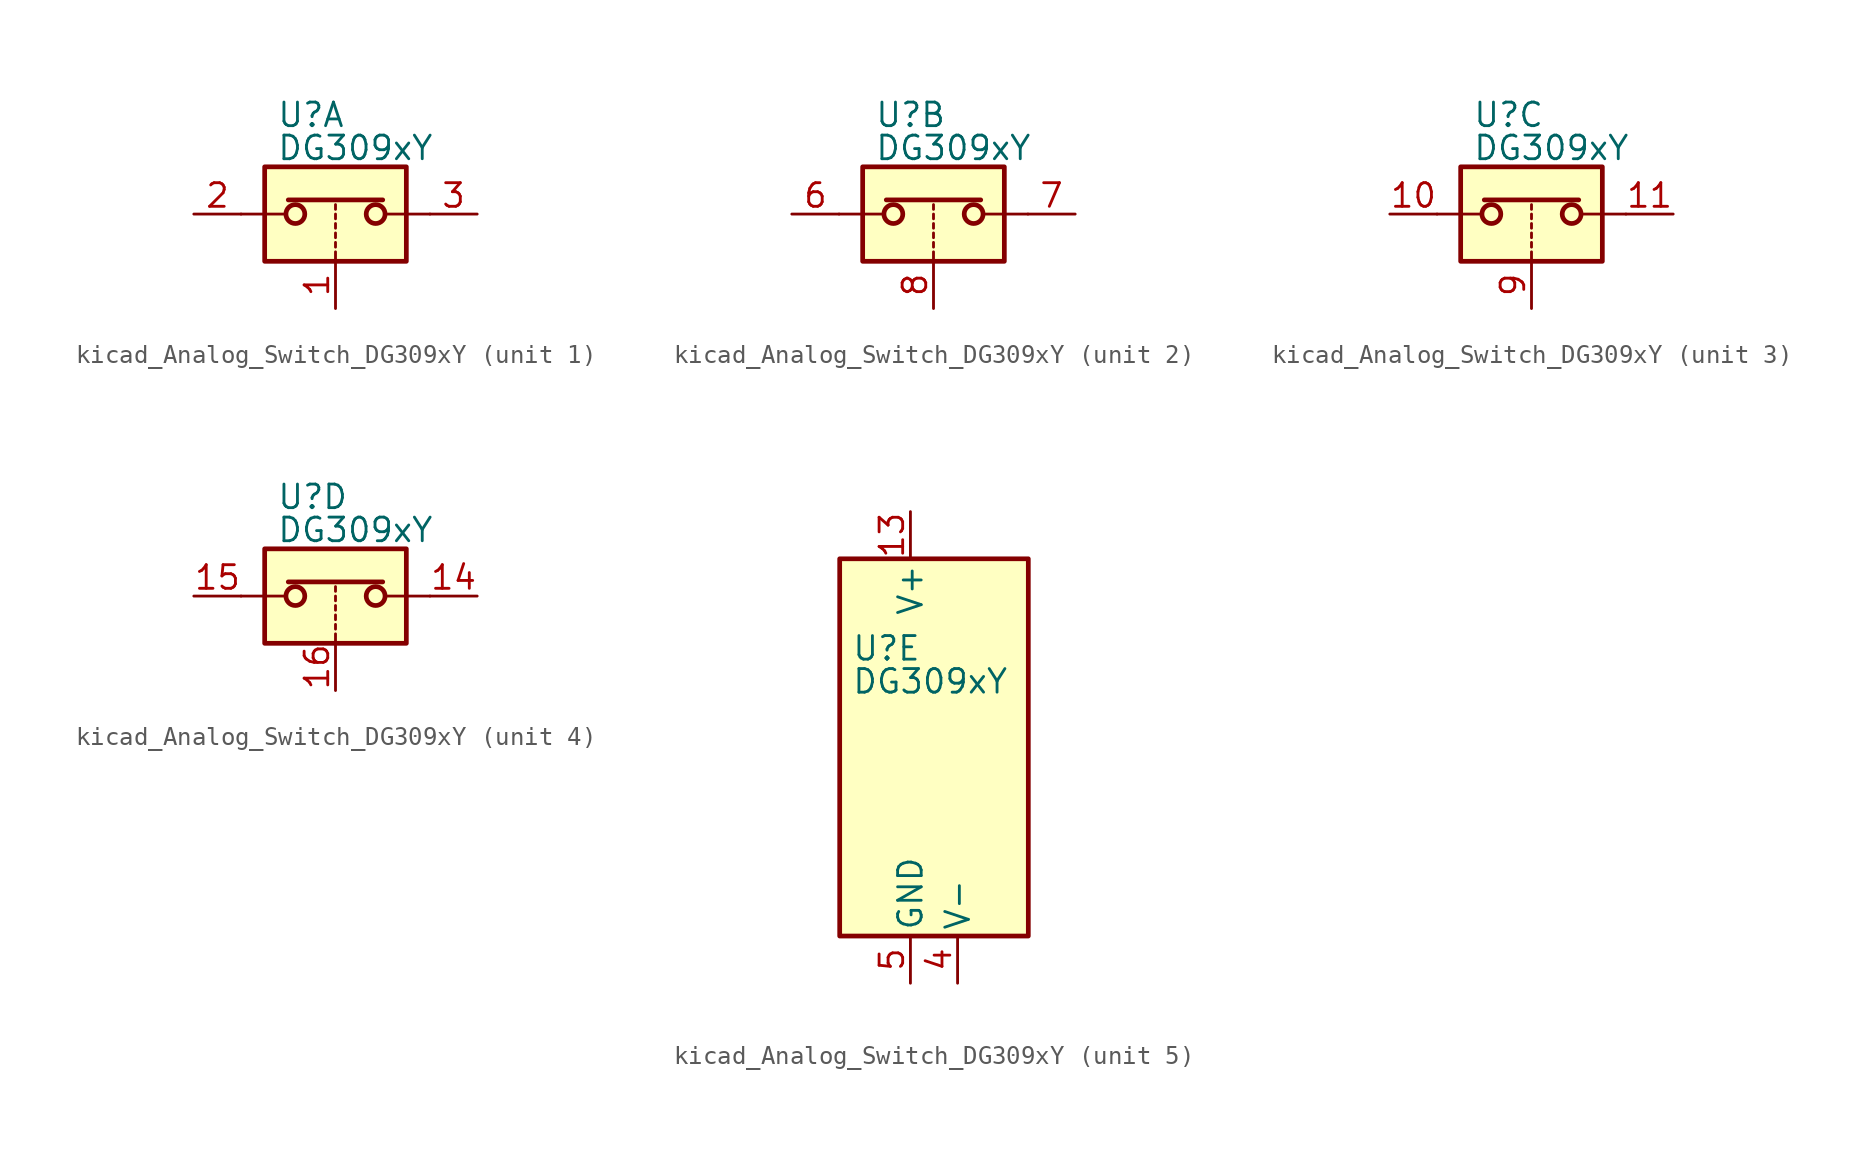
<source format=kicad_sym>
(kicad_symbol_lib
  (version 20220914)
  (generator kicad_symbol_editor)
  (symbol "kicad_Analog_Switch_DG309xY"
    (pin_names
      (offset 0.254))
    (property "Reference" "U"
      (at -3.175 5.334 0)
      (effects (font (size 1.27 1.27)) (justify left)))
    (property "Value" "DG309xY"
      (at -3.175 3.556 0)
      (effects (font (size 1.27 1.27)) (justify left)))
    (symbol "kicad_Analog_Switch_DG309xY_1_1"
      (rectangle (start -3.81 2.54) (end 3.81 -2.54) (stroke (width 0.254) (type default)) (fill (type background)))
      (circle (center -2.159 0) (radius 0.508) (stroke (width 0.254) (type default)) (fill (type none)))
      (polyline (pts (xy -5.08 0) (xy -2.794 0)) (stroke (width 0) (type default)) (fill (type none)))
      (polyline (pts (xy -2.54 0.762) (xy 2.54 0.762)) (stroke (width 0.254) (type default)) (fill (type none)))
      (polyline (pts (xy 0 -2.54) (xy 0 -2.032)) (stroke (width 0) (type default)) (fill (type none)))
      (polyline (pts (xy 0 -1.778) (xy 0 -1.524)) (stroke (width 0) (type default)) (fill (type none)))
      (polyline (pts (xy 0 -1.27) (xy 0 -1.016)) (stroke (width 0) (type default)) (fill (type none)))
      (polyline (pts (xy 0 -0.762) (xy 0 -0.508)) (stroke (width 0) (type default)) (fill (type none)))
      (polyline (pts (xy 0 -0.254) (xy 0 0)) (stroke (width 0) (type default)) (fill (type none)))
      (polyline (pts (xy 0 0.254) (xy 0 0.508)) (stroke (width 0) (type default)) (fill (type none)))
      (polyline (pts (xy 5.08 0) (xy 2.794 0)) (stroke (width 0) (type default)) (fill (type none)))
      (circle (center 2.159 0) (radius 0.508) (stroke (width 0.254) (type default)) (fill (type none)))
      (pin input line (at 0 -5.08 90) (length 2.54) (name "~" (effects (font (size 1.27 1.27)))) (number "1" (effects (font (size 1.27 1.27)))))
      (pin passive line (at -7.62 0 0) (length 2.54) (name "~" (effects (font (size 1.27 1.27)))) (number "2" (effects (font (size 1.27 1.27)))))
      (pin passive line (at 7.62 0 180) (length 2.54) (name "~" (effects (font (size 1.27 1.27)))) (number "3" (effects (font (size 1.27 1.27))))))
    (symbol "kicad_Analog_Switch_DG309xY_2_1"
      (rectangle (start -3.81 2.54) (end 3.81 -2.54) (stroke (width 0.254) (type default)) (fill (type background)))
      (circle (center -2.159 0) (radius 0.508) (stroke (width 0.254) (type default)) (fill (type none)))
      (polyline (pts (xy -5.08 0) (xy -2.794 0)) (stroke (width 0) (type default)) (fill (type none)))
      (polyline (pts (xy -2.54 0.762) (xy 2.54 0.762)) (stroke (width 0.254) (type default)) (fill (type none)))
      (polyline (pts (xy 0 -2.54) (xy 0 -2.032)) (stroke (width 0) (type default)) (fill (type none)))
      (polyline (pts (xy 0 -1.778) (xy 0 -1.524)) (stroke (width 0) (type default)) (fill (type none)))
      (polyline (pts (xy 0 -1.27) (xy 0 -1.016)) (stroke (width 0) (type default)) (fill (type none)))
      (polyline (pts (xy 0 -0.762) (xy 0 -0.508)) (stroke (width 0) (type default)) (fill (type none)))
      (polyline (pts (xy 0 -0.254) (xy 0 0)) (stroke (width 0) (type default)) (fill (type none)))
      (polyline (pts (xy 0 0.254) (xy 0 0.508)) (stroke (width 0) (type default)) (fill (type none)))
      (polyline (pts (xy 5.08 0) (xy 2.794 0)) (stroke (width 0) (type default)) (fill (type none)))
      (circle (center 2.159 0) (radius 0.508) (stroke (width 0.254) (type default)) (fill (type none)))
      (pin passive line (at -7.62 0 0) (length 2.54) (name "~" (effects (font (size 1.27 1.27)))) (number "6" (effects (font (size 1.27 1.27)))))
      (pin passive line (at 7.62 0 180) (length 2.54) (name "~" (effects (font (size 1.27 1.27)))) (number "7" (effects (font (size 1.27 1.27)))))
      (pin input line (at 0 -5.08 90) (length 2.54) (name "~" (effects (font (size 1.27 1.27)))) (number "8" (effects (font (size 1.27 1.27))))))
    (symbol "kicad_Analog_Switch_DG309xY_3_1"
      (rectangle (start -3.81 2.54) (end 3.81 -2.54) (stroke (width 0.254) (type default)) (fill (type background)))
      (circle (center -2.159 0) (radius 0.508) (stroke (width 0.254) (type default)) (fill (type none)))
      (polyline (pts (xy -5.08 0) (xy -2.794 0)) (stroke (width 0) (type default)) (fill (type none)))
      (polyline (pts (xy -2.54 0.762) (xy 2.54 0.762)) (stroke (width 0.254) (type default)) (fill (type none)))
      (polyline (pts (xy 0 -2.54) (xy 0 -2.032)) (stroke (width 0) (type default)) (fill (type none)))
      (polyline (pts (xy 0 -1.778) (xy 0 -1.524)) (stroke (width 0) (type default)) (fill (type none)))
      (polyline (pts (xy 0 -1.27) (xy 0 -1.016)) (stroke (width 0) (type default)) (fill (type none)))
      (polyline (pts (xy 0 -0.762) (xy 0 -0.508)) (stroke (width 0) (type default)) (fill (type none)))
      (polyline (pts (xy 0 -0.254) (xy 0 0)) (stroke (width 0) (type default)) (fill (type none)))
      (polyline (pts (xy 0 0.254) (xy 0 0.508)) (stroke (width 0) (type default)) (fill (type none)))
      (polyline (pts (xy 5.08 0) (xy 2.794 0)) (stroke (width 0) (type default)) (fill (type none)))
      (circle (center 2.159 0) (radius 0.508) (stroke (width 0.254) (type default)) (fill (type none)))
      (pin passive line (at -7.62 0 0) (length 2.54) (name "~" (effects (font (size 1.27 1.27)))) (number "10" (effects (font (size 1.27 1.27)))))
      (pin passive line (at 7.62 0 180) (length 2.54) (name "~" (effects (font (size 1.27 1.27)))) (number "11" (effects (font (size 1.27 1.27)))))
      (pin input line (at 0 -5.08 90) (length 2.54) (name "~" (effects (font (size 1.27 1.27)))) (number "9" (effects (font (size 1.27 1.27))))))
    (symbol "kicad_Analog_Switch_DG309xY_4_1"
      (rectangle (start -3.81 2.54) (end 3.81 -2.54) (stroke (width 0.254) (type default)) (fill (type background)))
      (circle (center -2.159 0) (radius 0.508) (stroke (width 0.254) (type default)) (fill (type none)))
      (polyline (pts (xy -5.08 0) (xy -2.794 0)) (stroke (width 0) (type default)) (fill (type none)))
      (polyline (pts (xy -2.54 0.762) (xy 2.54 0.762)) (stroke (width 0.254) (type default)) (fill (type none)))
      (polyline (pts (xy 0 -2.54) (xy 0 -2.032)) (stroke (width 0) (type default)) (fill (type none)))
      (polyline (pts (xy 0 -1.778) (xy 0 -1.524)) (stroke (width 0) (type default)) (fill (type none)))
      (polyline (pts (xy 0 -1.27) (xy 0 -1.016)) (stroke (width 0) (type default)) (fill (type none)))
      (polyline (pts (xy 0 -0.762) (xy 0 -0.508)) (stroke (width 0) (type default)) (fill (type none)))
      (polyline (pts (xy 0 -0.254) (xy 0 0)) (stroke (width 0) (type default)) (fill (type none)))
      (polyline (pts (xy 0 0.254) (xy 0 0.508)) (stroke (width 0) (type default)) (fill (type none)))
      (polyline (pts (xy 5.08 0) (xy 2.794 0)) (stroke (width 0) (type default)) (fill (type none)))
      (circle (center 2.159 0) (radius 0.508) (stroke (width 0.254) (type default)) (fill (type none)))
      (pin passive line (at 7.62 0 180) (length 2.54) (name "~" (effects (font (size 1.27 1.27)))) (number "14" (effects (font (size 1.27 1.27)))))
      (pin passive line (at -7.62 0 0) (length 2.54) (name "~" (effects (font (size 1.27 1.27)))) (number "15" (effects (font (size 1.27 1.27)))))
      (pin input line (at 0 -5.08 90) (length 2.54) (name "~" (effects (font (size 1.27 1.27)))) (number "16" (effects (font (size 1.27 1.27))))))
    (symbol "kicad_Analog_Switch_DG309xY_5_0"
      (pin no_connect line (at 2.54 10.16 270) (length 2.54) hide (name "NC" (effects (font (size 1.27 1.27)))) (number "12" (effects (font (size 1.27 1.27)))))
      (pin power_in line (at 0 12.7 270) (length 2.54) (name "V+" (effects (font (size 1.27 1.27)))) (number "13" (effects (font (size 1.27 1.27)))))
      (pin power_in line (at 2.54 -12.7 90) (length 2.54) (name "V-" (effects (font (size 1.27 1.27)))) (number "4" (effects (font (size 1.27 1.27)))))
      (pin power_in line (at 0 -12.7 90) (length 2.54) (name "GND" (effects (font (size 1.27 1.27)))) (number "5" (effects (font (size 1.27 1.27))))))
    (symbol "kicad_Analog_Switch_DG309xY_5_1"
      (rectangle (start -3.81 10.16) (end 6.35 -10.16) (stroke (width 0.254) (type default)) (fill (type background))))))
</source>
